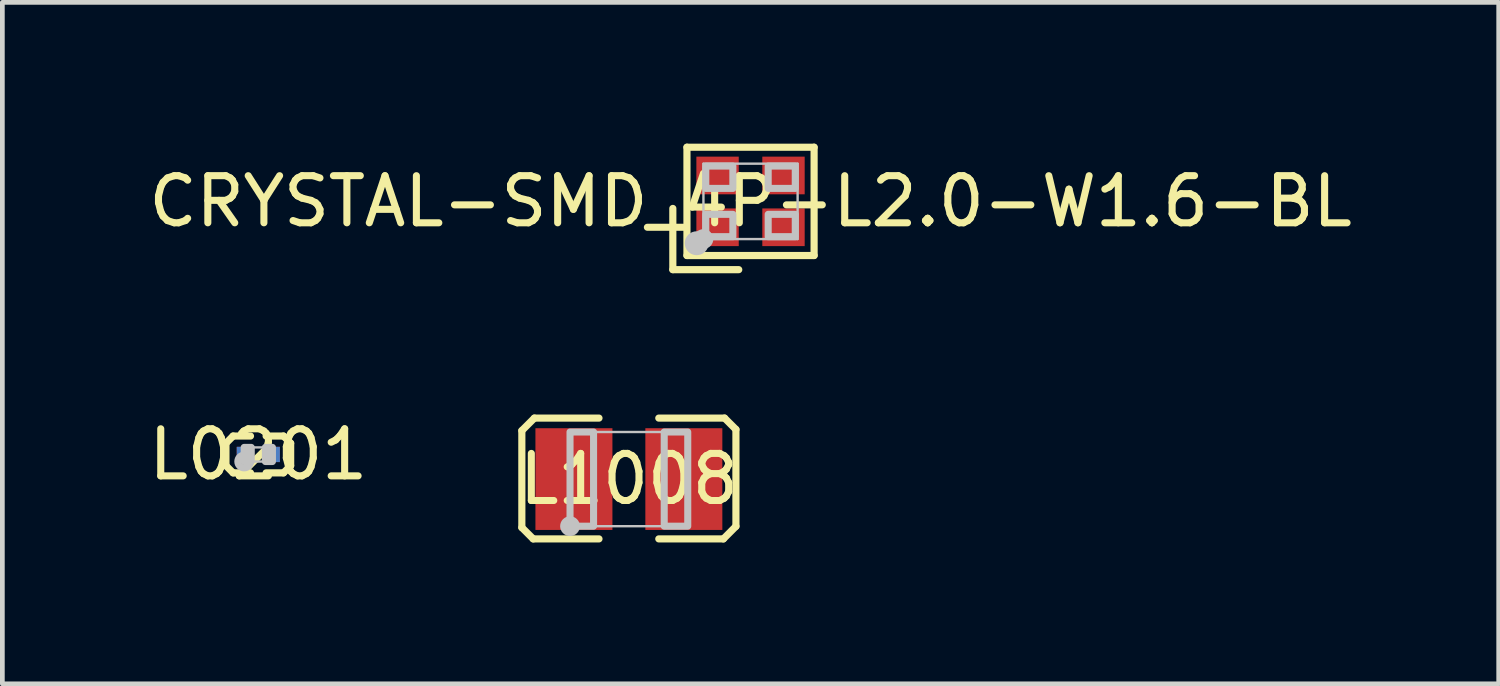
<source format=kicad_pcb>
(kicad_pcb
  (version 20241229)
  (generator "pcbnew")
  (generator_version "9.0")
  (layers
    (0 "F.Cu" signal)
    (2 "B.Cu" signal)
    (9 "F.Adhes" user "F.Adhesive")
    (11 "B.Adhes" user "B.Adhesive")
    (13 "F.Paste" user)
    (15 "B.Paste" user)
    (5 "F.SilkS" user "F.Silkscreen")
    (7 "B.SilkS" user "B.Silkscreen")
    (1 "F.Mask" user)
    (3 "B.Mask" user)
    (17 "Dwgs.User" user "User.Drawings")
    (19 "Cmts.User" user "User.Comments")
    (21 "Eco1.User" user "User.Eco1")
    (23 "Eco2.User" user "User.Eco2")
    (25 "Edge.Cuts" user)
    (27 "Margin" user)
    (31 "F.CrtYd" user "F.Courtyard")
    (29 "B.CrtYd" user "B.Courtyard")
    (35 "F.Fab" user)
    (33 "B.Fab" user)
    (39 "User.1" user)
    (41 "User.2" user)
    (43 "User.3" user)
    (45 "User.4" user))
  (footprint "L0201"
    (layer "F.Cu")
    (at 2.435 6.6)
    (property "Reference" "L0201" (at 0 0 0) (layer "F.SilkS") (effects (font (size 1 1) (thickness 0.15))))
    (fp_line (start -0.687 -0.238) (end -0.535 -0.391) (stroke (width 0.152) (type solid)) (layer "F.SilkS"))
    (fp_line (start -0.687 0.238) (end -0.687 -0.238) (stroke (width 0.152) (type solid)) (layer "F.SilkS"))
    (fp_line (start -0.535 -0.391) (end -0.166 -0.391) (stroke (width 0.152) (type solid)) (layer "F.SilkS"))
    (fp_line (start -0.535 0.391) (end -0.687 0.238) (stroke (width 0.152) (type solid)) (layer "F.SilkS"))
    (fp_line (start -0.166 0.391) (end -0.535 0.391) (stroke (width 0.152) (type solid)) (layer "F.SilkS"))
    (fp_line (start 0.166 0.391) (end 0.535 0.391) (stroke (width 0.152) (type solid)) (layer "F.SilkS"))
    (fp_line (start 0.535 -0.391) (end 0.166 -0.391) (stroke (width 0.152) (type solid)) (layer "F.SilkS"))
    (fp_line (start 0.535 0.391) (end 0.687 0.238) (stroke (width 0.152) (type solid)) (layer "F.SilkS"))
    (fp_line (start 0.687 -0.238) (end 0.535 -0.391) (stroke (width 0.152) (type solid)) (layer "F.SilkS"))
    (fp_line (start 0.687 0.238) (end 0.687 -0.238) (stroke (width 0.152) (type solid)) (layer "F.SilkS"))
    (fp_poly (pts (xy -0.081 0.138) (xy -0.081 -0.138) (xy -0.105 -0.162) (xy -0.434 -0.162) (xy -0.458 -0.138) (xy -0.458 0.138) (xy -0.434 0.162) (xy -0.105 0.162) (xy -0.081 0.138)) (stroke (width 0.15) (type solid)) (fill yes) (layer "F.Paste"))
    (fp_poly (pts (xy 0.081 0.138) (xy 0.081 -0.138) (xy 0.105 -0.162) (xy 0.434 -0.162) (xy 0.458 -0.138) (xy 0.458 0.138) (xy 0.434 0.162) (xy 0.105 0.162) (xy 0.081 0.138)) (stroke (width 0.15) (type solid)) (fill yes) (layer "F.Paste"))
    (fp_line (start -0.3 -0.15) (end 0.3 -0.15) (stroke (width 0.051) (type solid)) (layer "Dwgs.User"))
    (fp_line (start -0.3 0.15) (end -0.3 -0.15) (stroke (width 0.051) (type solid)) (layer "Dwgs.User"))
    (fp_line (start 0.3 -0.15) (end 0.3 0.15) (stroke (width 0.051) (type solid)) (layer "Dwgs.User"))
    (fp_line (start 0.3 0.15) (end -0.3 0.15) (stroke (width 0.051) (type solid)) (layer "Dwgs.User"))
    (fp_circle (center -0.3 0.15) (end -0.24 0.15) (stroke (width 0.15) (type solid)) (fill no) (layer "Dwgs.User"))
    (fp_poly (pts (xy -0.3 0.15) (xy -0.3 -0.15) (xy -0.15 -0.15) (xy -0.15 0.15) (xy -0.3 0.15)) (stroke (width 0.15) (type solid)) (fill no) (layer "Dwgs.User"))
    (fp_poly (pts (xy 0.3 0.15) (xy 0.3 -0.15) (xy 0.15 -0.15) (xy 0.15 0.15) (xy 0.3 0.15)) (stroke (width 0.15) (type solid)) (fill no) (layer "Dwgs.User"))
    (pad "1" thru_hole rect (at -0.274 0) (size 0.368 0.324) (layers "F.Cu" "F.Mask"))
    (pad "2" thru_hole rect (at 0.274 0) (size 0.368 0.324) (layers "F.Cu" "F.Mask")))
  (footprint "CRYSTAL-SMD_4P-L2.0-W1.6-BL"
    (layer "F.Cu")
    (at 12.887 1.226)
    (property "Reference" "CRYSTAL-SMD_4P-L2.0-W1.6-BL" (at 0 0 0) (layer "F.SilkS") (effects (font (size 1 1) (thickness 0.15))))
    (fp_line (start -1.65 0.15) (end -1.65 1.45) (stroke (width 0.152) (type solid)) (layer "F.SilkS"))
    (fp_line (start -1.65 1.45) (end -0.25 1.45) (stroke (width 0.152) (type solid)) (layer "F.SilkS"))
    (fp_line (start -1.35 -1.15) (end 1.35 -1.15) (stroke (width 0.152) (type solid)) (layer "F.SilkS"))
    (fp_line (start -1.35 1.15) (end -1.35 -1.15) (stroke (width 0.152) (type solid)) (layer "F.SilkS"))
    (fp_line (start 1.35 -1.15) (end 1.35 1.15) (stroke (width 0.152) (type solid)) (layer "F.SilkS"))
    (fp_line (start 1.35 1.15) (end -1.35 1.15) (stroke (width 0.152) (type solid)) (layer "F.SilkS"))
    (fp_line (start -1 -0.8) (end 1 -0.8) (stroke (width 0.051) (type solid)) (layer "Dwgs.User"))
    (fp_line (start -1 0.8) (end -1 -0.8) (stroke (width 0.051) (type solid)) (layer "Dwgs.User"))
    (fp_line (start 1 -0.8) (end 1 0.8) (stroke (width 0.051) (type solid)) (layer "Dwgs.User"))
    (fp_line (start 1 0.8) (end -1 0.8) (stroke (width 0.051) (type solid)) (layer "Dwgs.User"))
    (fp_circle (center -1.143 0.889) (end -1.016 0.889) (stroke (width 0.254) (type solid)) (fill no) (layer "Dwgs.User"))
    (fp_circle (center -1 0.8) (end -0.94 0.8) (stroke (width 0.15) (type solid)) (fill no) (layer "Dwgs.User"))
    (fp_poly (pts (xy -0.95 -0.275) (xy -0.95 -0.75) (xy -0.375 -0.75) (xy -0.375 -0.275) (xy -0.95 -0.275)) (stroke (width 0.15) (type solid)) (fill no) (layer "Dwgs.User"))
    (fp_poly (pts (xy -0.95 0.75) (xy -0.95 0.275) (xy -0.375 0.275) (xy -0.375 0.75) (xy -0.95 0.75)) (stroke (width 0.15) (type solid)) (fill no) (layer "Dwgs.User"))
    (fp_poly (pts (xy 0.95 -0.75) (xy 0.95 -0.275) (xy 0.375 -0.275) (xy 0.375 -0.75) (xy 0.95 -0.75)) (stroke (width 0.15) (type solid)) (fill no) (layer "Dwgs.User"))
    (fp_poly (pts (xy 0.95 0.275) (xy 0.95 0.75) (xy 0.375 0.75) (xy 0.375 0.275) (xy 0.95 0.275)) (stroke (width 0.15) (type solid)) (fill no) (layer "Dwgs.User"))
    (pad "1" smd rect (at -0.7 0.55) (size 0.9 0.8) (layers "F.Cu" "F.Mask" "F.Paste"))
    (pad "2" smd rect (at 0.7 0.55) (size 0.9 0.8) (layers "F.Cu" "F.Mask" "F.Paste"))
    (pad "3" smd rect (at 0.7 -0.55) (size 0.9 0.8) (layers "F.Cu" "F.Mask" "F.Paste"))
    (pad "4" smd rect (at -0.7 -0.55) (size 0.9 0.8) (layers "F.Cu" "F.Mask" "F.Paste")))
  (footprint "L1008"
    (layer "F.Cu")
    (at 10.304 7.123)
    (property "Reference" "L1008" (at 0 0 0) (layer "F.SilkS") (effects (font (size 1 1) (thickness 0.15))))
    (fp_line (start -2.273 -1.029) (end -2.007 -1.295) (stroke (width 0.152) (type solid)) (layer "F.SilkS"))
    (fp_line (start -2.273 1.029) (end -2.273 -1.029) (stroke (width 0.152) (type solid)) (layer "F.SilkS"))
    (fp_line (start -2.032 1.27) (end -2.273 1.029) (stroke (width 0.152) (type solid)) (layer "F.SilkS"))
    (fp_line (start -2.007 -1.295) (end -0.635 -1.295) (stroke (width 0.152) (type solid)) (layer "F.SilkS"))
    (fp_line (start -0.635 1.27) (end -2.032 1.27) (stroke (width 0.152) (type solid)) (layer "F.SilkS"))
    (fp_line (start 0.635 -1.295) (end 2.032 -1.295) (stroke (width 0.152) (type solid)) (layer "F.SilkS"))
    (fp_line (start 2.007 1.27) (end 0.635 1.27) (stroke (width 0.152) (type solid)) (layer "F.SilkS"))
    (fp_line (start 2.032 -1.295) (end 2.273 -1.054) (stroke (width 0.152) (type solid)) (layer "F.SilkS"))
    (fp_line (start 2.273 -1.054) (end 2.273 1.003) (stroke (width 0.152) (type solid)) (layer "F.SilkS"))
    (fp_line (start 2.273 1.003) (end 2.007 1.27) (stroke (width 0.152) (type solid)) (layer "F.SilkS"))
    (fp_poly (pts (xy -0.315 0.98) (xy -0.315 0.467) (xy -0.415 0.367) (xy -0.806 0.367) (xy -0.906 0.267) (xy -0.906 -0.267) (xy -0.806 -0.367) (xy -0.415 -0.367) (xy -0.315 -0.467) (xy -0.315 -0.98) (xy -0.415 -1.08) (xy -1.885 -1.08) (xy -1.985 -0.98) (xy -1.985 0.98) (xy -1.885 1.08) (xy -0.415 1.08) (xy -0.315 0.98)) (stroke (width 0.15) (type solid)) (fill yes) (layer "F.Paste"))
    (fp_poly (pts (xy 0.315 0.98) (xy 0.315 0.467) (xy 0.415 0.367) (xy 0.806 0.367) (xy 0.906 0.267) (xy 0.906 -0.267) (xy 0.806 -0.367) (xy 0.415 -0.367) (xy 0.315 -0.467) (xy 0.315 -0.98) (xy 0.415 -1.08) (xy 1.885 -1.08) (xy 1.985 -0.98) (xy 1.985 0.98) (xy 1.885 1.08) (xy 0.415 1.08) (xy 0.315 0.98)) (stroke (width 0.15) (type solid)) (fill yes) (layer "F.Paste"))
    (fp_line (start -1.25 -1) (end 1.25 -1) (stroke (width 0.051) (type solid)) (layer "Dwgs.User"))
    (fp_line (start -1.25 1) (end -1.25 -1) (stroke (width 0.051) (type solid)) (layer "Dwgs.User"))
    (fp_line (start 1.25 -1) (end 1.25 1) (stroke (width 0.051) (type solid)) (layer "Dwgs.User"))
    (fp_line (start 1.25 1) (end -1.25 1) (stroke (width 0.051) (type solid)) (layer "Dwgs.User"))
    (fp_circle (center -1.25 1) (end -1.19 1) (stroke (width 0.15) (type solid)) (fill no) (layer "Dwgs.User"))
    (fp_poly (pts (xy -1.25 -1) (xy -0.75 -1) (xy -0.75 1) (xy -1.25 1) (xy -1.25 -1)) (stroke (width 0.15) (type solid)) (fill no) (layer "Dwgs.User"))
    (fp_poly (pts (xy 0.75 -1) (xy 1.25 -1) (xy 1.25 1) (xy 0.75 1) (xy 0.75 -1)) (stroke (width 0.15) (type solid)) (fill no) (layer "Dwgs.User"))
    (pad "1" smd rect (at -1.167 0) (size 1.635 2.16) (layers "F.Cu" "F.Mask"))
    (pad "2" smd rect (at 1.167 0) (size 1.635 2.16) (layers "F.Cu" "F.Mask")))
  (gr_rect
    (start -3 -3)
    (end 28.774 11.47)
    (stroke (width 0.1) (type default))
    (fill no)
    (layer "Edge.Cuts")))
</source>
